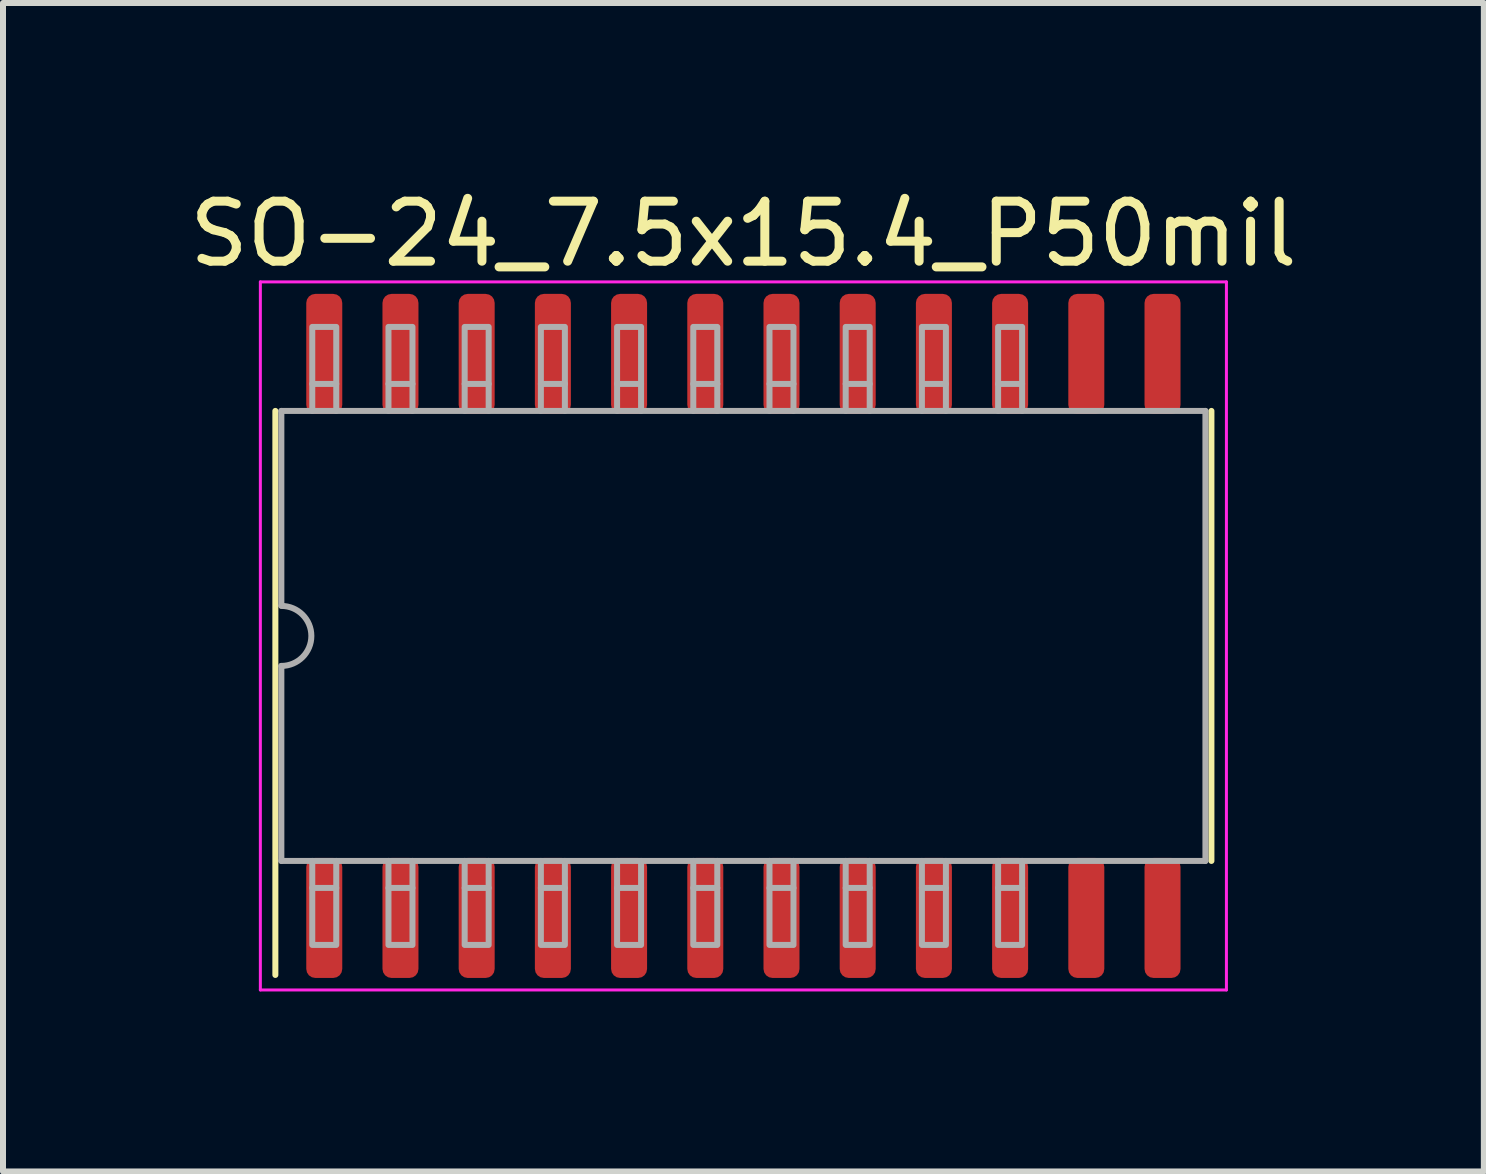
<source format=kicad_pcb>
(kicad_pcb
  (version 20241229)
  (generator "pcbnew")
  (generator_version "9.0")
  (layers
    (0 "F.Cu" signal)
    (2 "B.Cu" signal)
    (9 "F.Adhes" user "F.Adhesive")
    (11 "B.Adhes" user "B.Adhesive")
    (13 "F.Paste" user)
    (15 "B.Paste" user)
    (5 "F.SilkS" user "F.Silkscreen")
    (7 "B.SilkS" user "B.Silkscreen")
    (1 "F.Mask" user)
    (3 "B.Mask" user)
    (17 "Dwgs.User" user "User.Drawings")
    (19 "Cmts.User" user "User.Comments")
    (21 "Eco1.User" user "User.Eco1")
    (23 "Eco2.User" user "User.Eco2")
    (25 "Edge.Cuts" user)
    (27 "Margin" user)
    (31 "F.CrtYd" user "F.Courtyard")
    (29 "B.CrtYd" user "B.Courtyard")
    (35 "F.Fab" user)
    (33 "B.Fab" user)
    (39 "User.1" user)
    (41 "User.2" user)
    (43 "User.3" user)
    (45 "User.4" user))
  (footprint "SO-24_7.5x15.4_P50mil"
    (layer "F.Cu")
    (at 9.339 7.548)
    (property "Reference" "SO-24_7.5x15.4_P50mil" (at 0 -6.7 0) (layer "F.SilkS") (effects (font (size 1 1) (thickness 0.15))))
    (attr smd)
    (fp_line (start -7.8 5.65) (end -7.8 -3.75) (stroke (width 0.1) (type solid)) (layer "F.SilkS"))
    (fp_line (start 7.8 3.75) (end 7.8 -3.75) (stroke (width 0.1) (type solid)) (layer "F.SilkS"))
    (fp_line (start -8.05 -5.9) (end -8.05 5.9) (stroke (width 0.05) (type solid)) (layer "F.CrtYd"))
    (fp_line (start -8.05 5.9) (end 8.05 5.9) (stroke (width 0.05) (type solid)) (layer "F.CrtYd"))
    (fp_line (start 8.05 -5.9) (end -8.05 -5.9) (stroke (width 0.05) (type solid)) (layer "F.CrtYd"))
    (fp_line (start 8.05 5.9) (end 8.05 -5.9) (stroke (width 0.05) (type solid)) (layer "F.CrtYd"))
    (fp_line (start -7.7 -3.75) (end 7.7 -3.75) (stroke (width 0.1) (type solid)) (layer "F.Fab"))
    (fp_line (start -7.7 -0.508) (end -7.7 -3.75) (stroke (width 0.1) (type solid)) (layer "F.Fab"))
    (fp_line (start -7.7 3.75) (end -7.7 0.5) (stroke (width 0.1) (type solid)) (layer "F.Fab"))
    (fp_line (start -7.7 3.75) (end 7.7 3.75) (stroke (width 0.1) (type solid)) (layer "F.Fab"))
    (fp_line (start -7.185 -4.2) (end -7.185 -3.75) (stroke (width 0.1) (type solid)) (layer "F.Fab"))
    (fp_line (start -7.185 4.2) (end -7.185 3.75) (stroke (width 0.1) (type solid)) (layer "F.Fab"))
    (fp_line (start -6.785 -4.2) (end -6.785 -3.75) (stroke (width 0.1) (type solid)) (layer "F.Fab"))
    (fp_line (start -6.785 4.2) (end -6.785 3.75) (stroke (width 0.1) (type solid)) (layer "F.Fab"))
    (fp_line (start -5.915 -4.2) (end -5.915 -3.75) (stroke (width 0.1) (type solid)) (layer "F.Fab"))
    (fp_line (start -5.915 4.2) (end -5.915 3.75) (stroke (width 0.1) (type solid)) (layer "F.Fab"))
    (fp_line (start -5.515 -4.2) (end -5.515 -3.75) (stroke (width 0.1) (type solid)) (layer "F.Fab"))
    (fp_line (start -5.515 4.2) (end -5.515 3.75) (stroke (width 0.1) (type solid)) (layer "F.Fab"))
    (fp_line (start -4.645 -4.2) (end -4.645 -3.75) (stroke (width 0.1) (type solid)) (layer "F.Fab"))
    (fp_line (start -4.645 4.2) (end -4.645 3.75) (stroke (width 0.1) (type solid)) (layer "F.Fab"))
    (fp_line (start -4.245 -4.2) (end -4.245 -3.75) (stroke (width 0.1) (type solid)) (layer "F.Fab"))
    (fp_line (start -4.245 4.2) (end -4.245 3.75) (stroke (width 0.1) (type solid)) (layer "F.Fab"))
    (fp_line (start -3.375 -4.2) (end -3.375 -3.75) (stroke (width 0.1) (type solid)) (layer "F.Fab"))
    (fp_line (start -3.375 4.2) (end -3.375 3.75) (stroke (width 0.1) (type solid)) (layer "F.Fab"))
    (fp_line (start -2.975 -4.2) (end -2.975 -3.75) (stroke (width 0.1) (type solid)) (layer "F.Fab"))
    (fp_line (start -2.975 4.2) (end -2.975 3.75) (stroke (width 0.1) (type solid)) (layer "F.Fab"))
    (fp_line (start -2.105 -4.2) (end -2.105 -3.75) (stroke (width 0.1) (type solid)) (layer "F.Fab"))
    (fp_line (start -2.105 4.2) (end -2.105 3.75) (stroke (width 0.1) (type solid)) (layer "F.Fab"))
    (fp_line (start -1.705 -4.2) (end -1.705 -3.75) (stroke (width 0.1) (type solid)) (layer "F.Fab"))
    (fp_line (start -1.705 4.2) (end -1.705 3.75) (stroke (width 0.1) (type solid)) (layer "F.Fab"))
    (fp_line (start -0.835 -4.2) (end -0.835 -3.75) (stroke (width 0.1) (type solid)) (layer "F.Fab"))
    (fp_line (start -0.835 4.2) (end -0.835 3.75) (stroke (width 0.1) (type solid)) (layer "F.Fab"))
    (fp_line (start -0.435 -4.2) (end -0.435 -3.75) (stroke (width 0.1) (type solid)) (layer "F.Fab"))
    (fp_line (start -0.435 4.2) (end -0.435 3.75) (stroke (width 0.1) (type solid)) (layer "F.Fab"))
    (fp_line (start 0.435 -4.2) (end 0.435 -3.75) (stroke (width 0.1) (type solid)) (layer "F.Fab"))
    (fp_line (start 0.435 4.2) (end 0.435 3.75) (stroke (width 0.1) (type solid)) (layer "F.Fab"))
    (fp_line (start 0.835 -4.2) (end 0.835 -3.75) (stroke (width 0.1) (type solid)) (layer "F.Fab"))
    (fp_line (start 0.835 4.2) (end 0.835 3.75) (stroke (width 0.1) (type solid)) (layer "F.Fab"))
    (fp_line (start 1.705 -4.2) (end 1.705 -3.75) (stroke (width 0.1) (type solid)) (layer "F.Fab"))
    (fp_line (start 1.705 4.2) (end 1.705 3.75) (stroke (width 0.1) (type solid)) (layer "F.Fab"))
    (fp_line (start 2.105 -4.2) (end 2.105 -3.75) (stroke (width 0.1) (type solid)) (layer "F.Fab"))
    (fp_line (start 2.105 4.2) (end 2.105 3.75) (stroke (width 0.1) (type solid)) (layer "F.Fab"))
    (fp_line (start 2.975 -4.2) (end 2.975 -3.75) (stroke (width 0.1) (type solid)) (layer "F.Fab"))
    (fp_line (start 2.975 4.2) (end 2.975 3.75) (stroke (width 0.1) (type solid)) (layer "F.Fab"))
    (fp_line (start 3.375 -4.2) (end 3.375 -3.75) (stroke (width 0.1) (type solid)) (layer "F.Fab"))
    (fp_line (start 3.375 4.2) (end 3.375 3.75) (stroke (width 0.1) (type solid)) (layer "F.Fab"))
    (fp_line (start 4.245 -4.2) (end 4.245 -3.75) (stroke (width 0.1) (type solid)) (layer "F.Fab"))
    (fp_line (start 4.245 4.2) (end 4.245 3.75) (stroke (width 0.1) (type solid)) (layer "F.Fab"))
    (fp_line (start 4.645 -4.2) (end 4.645 -3.75) (stroke (width 0.1) (type solid)) (layer "F.Fab"))
    (fp_line (start 4.645 4.2) (end 4.645 3.75) (stroke (width 0.1) (type solid)) (layer "F.Fab"))
    (fp_line (start 7.7 3.75) (end 7.7 -3.75) (stroke (width 0.1) (type solid)) (layer "F.Fab"))
    (fp_arc (start -7.7 -0.5) (mid -7.2 0) (end -7.7 0.5) (stroke (width 0.1) (type solid)) (layer "F.Fab"))
    (fp_poly (pts (xy -7.185 -4.2) (xy -7.185 -5.15) (xy -6.785 -5.15) (xy -6.785 -4.2)) (stroke (width 0.1) (type solid)) (fill no) (layer "F.Fab"))
    (fp_poly (pts (xy -6.785 4.2) (xy -6.785 5.15) (xy -7.185 5.15) (xy -7.185 4.2)) (stroke (width 0.1) (type solid)) (fill no) (layer "F.Fab"))
    (fp_poly (pts (xy -5.915 -4.2) (xy -5.915 -5.15) (xy -5.515 -5.15) (xy -5.515 -4.2)) (stroke (width 0.1) (type solid)) (fill no) (layer "F.Fab"))
    (fp_poly (pts (xy -5.515 4.2) (xy -5.515 5.15) (xy -5.915 5.15) (xy -5.915 4.2)) (stroke (width 0.1) (type solid)) (fill no) (layer "F.Fab"))
    (fp_poly (pts (xy -4.645 -4.2) (xy -4.645 -5.15) (xy -4.245 -5.15) (xy -4.245 -4.2)) (stroke (width 0.1) (type solid)) (fill no) (layer "F.Fab"))
    (fp_poly (pts (xy -4.245 4.2) (xy -4.245 5.15) (xy -4.645 5.15) (xy -4.645 4.2)) (stroke (width 0.1) (type solid)) (fill no) (layer "F.Fab"))
    (fp_poly (pts (xy -3.375 -4.2) (xy -3.375 -5.15) (xy -2.975 -5.15) (xy -2.975 -4.2)) (stroke (width 0.1) (type solid)) (fill no) (layer "F.Fab"))
    (fp_poly (pts (xy -2.975 4.2) (xy -2.975 5.15) (xy -3.375 5.15) (xy -3.375 4.2)) (stroke (width 0.1) (type solid)) (fill no) (layer "F.Fab"))
    (fp_poly (pts (xy -2.105 -4.2) (xy -2.105 -5.15) (xy -1.705 -5.15) (xy -1.705 -4.2)) (stroke (width 0.1) (type solid)) (fill no) (layer "F.Fab"))
    (fp_poly (pts (xy -1.705 4.2) (xy -1.705 5.15) (xy -2.105 5.15) (xy -2.105 4.2)) (stroke (width 0.1) (type solid)) (fill no) (layer "F.Fab"))
    (fp_poly (pts (xy -0.835 -4.2) (xy -0.835 -5.15) (xy -0.435 -5.15) (xy -0.435 -4.2)) (stroke (width 0.1) (type solid)) (fill no) (layer "F.Fab"))
    (fp_poly (pts (xy -0.435 4.2) (xy -0.435 5.15) (xy -0.835 5.15) (xy -0.835 4.2)) (stroke (width 0.1) (type solid)) (fill no) (layer "F.Fab"))
    (fp_poly (pts (xy 0.435 -4.2) (xy 0.435 -5.15) (xy 0.835 -5.15) (xy 0.835 -4.2)) (stroke (width 0.1) (type solid)) (fill no) (layer "F.Fab"))
    (fp_poly (pts (xy 0.835 4.2) (xy 0.835 5.15) (xy 0.435 5.15) (xy 0.435 4.2)) (stroke (width 0.1) (type solid)) (fill no) (layer "F.Fab"))
    (fp_poly (pts (xy 1.705 -4.2) (xy 1.705 -5.15) (xy 2.105 -5.15) (xy 2.105 -4.2)) (stroke (width 0.1) (type solid)) (fill no) (layer "F.Fab"))
    (fp_poly (pts (xy 2.105 4.2) (xy 2.105 5.15) (xy 1.705 5.15) (xy 1.705 4.2)) (stroke (width 0.1) (type solid)) (fill no) (layer "F.Fab"))
    (fp_poly (pts (xy 2.975 -4.2) (xy 2.975 -5.15) (xy 3.375 -5.15) (xy 3.375 -4.2)) (stroke (width 0.1) (type solid)) (fill no) (layer "F.Fab"))
    (fp_poly (pts (xy 3.375 4.2) (xy 3.375 5.15) (xy 2.975 5.15) (xy 2.975 4.2)) (stroke (width 0.1) (type solid)) (fill no) (layer "F.Fab"))
    (fp_poly (pts (xy 4.245 -4.2) (xy 4.245 -5.15) (xy 4.645 -5.15) (xy 4.645 -4.2)) (stroke (width 0.1) (type solid)) (fill no) (layer "F.Fab"))
    (fp_poly (pts (xy 4.645 4.2) (xy 4.645 5.15) (xy 4.245 5.15) (xy 4.245 4.2)) (stroke (width 0.1) (type solid)) (fill no) (layer "F.Fab"))
    (pad "1" smd roundrect (at -6.985 4.7 90) (size 2 0.6) (layers "F.Cu" "F.Mask" "F.Paste") (roundrect_rratio 0.25))
    (pad "2" smd roundrect (at -5.715 4.7 90) (size 2 0.6) (layers "F.Cu" "F.Mask" "F.Paste") (roundrect_rratio 0.25))
    (pad "3" smd roundrect (at -4.445 4.7 90) (size 2 0.6) (layers "F.Cu" "F.Mask" "F.Paste") (roundrect_rratio 0.25))
    (pad "4" smd roundrect (at -3.175 4.7 90) (size 2 0.6) (layers "F.Cu" "F.Mask" "F.Paste") (roundrect_rratio 0.25))
    (pad "5" smd roundrect (at -1.905 4.7 90) (size 2 0.6) (layers "F.Cu" "F.Mask" "F.Paste") (roundrect_rratio 0.25))
    (pad "6" smd roundrect (at -0.635 4.7 90) (size 2 0.6) (layers "F.Cu" "F.Mask" "F.Paste") (roundrect_rratio 0.25))
    (pad "7" smd roundrect (at 0.635 4.7 90) (size 2 0.6) (layers "F.Cu" "F.Mask" "F.Paste") (roundrect_rratio 0.25))
    (pad "8" smd roundrect (at 1.905 4.7 90) (size 2 0.6) (layers "F.Cu" "F.Mask" "F.Paste") (roundrect_rratio 0.25))
    (pad "9" smd roundrect (at 3.175 4.7 90) (size 2 0.6) (layers "F.Cu" "F.Mask" "F.Paste") (roundrect_rratio 0.25))
    (pad "10" smd roundrect (at 4.445 4.7 90) (size 2 0.6) (layers "F.Cu" "F.Mask" "F.Paste") (roundrect_rratio 0.25))
    (pad "11" smd roundrect (at 5.715 4.7 90) (size 2 0.6) (layers "F.Cu" "F.Mask" "F.Paste") (roundrect_rratio 0.25))
    (pad "12" smd roundrect (at 6.985 4.7 90) (size 2 0.6) (layers "F.Cu" "F.Mask" "F.Paste") (roundrect_rratio 0.25))
    (pad "13" smd roundrect (at 6.985 -4.7 90) (size 2 0.6) (layers "F.Cu" "F.Mask" "F.Paste") (roundrect_rratio 0.25))
    (pad "14" smd roundrect (at 5.715 -4.7 90) (size 2 0.6) (layers "F.Cu" "F.Mask" "F.Paste") (roundrect_rratio 0.25))
    (pad "15" smd roundrect (at 4.445 -4.7 90) (size 2 0.6) (layers "F.Cu" "F.Mask" "F.Paste") (roundrect_rratio 0.25))
    (pad "16" smd roundrect (at 3.175 -4.7 90) (size 2 0.6) (layers "F.Cu" "F.Mask" "F.Paste") (roundrect_rratio 0.25))
    (pad "17" smd roundrect (at 1.905 -4.7 90) (size 2 0.6) (layers "F.Cu" "F.Mask" "F.Paste") (roundrect_rratio 0.25))
    (pad "18" smd roundrect (at 0.635 -4.7 90) (size 2 0.6) (layers "F.Cu" "F.Mask" "F.Paste") (roundrect_rratio 0.25))
    (pad "19" smd roundrect (at -0.635 -4.7 90) (size 2 0.6) (layers "F.Cu" "F.Mask" "F.Paste") (roundrect_rratio 0.25))
    (pad "20" smd roundrect (at -1.905 -4.7 90) (size 2 0.6) (layers "F.Cu" "F.Mask" "F.Paste") (roundrect_rratio 0.25))
    (pad "21" smd roundrect (at -3.175 -4.7 90) (size 2 0.6) (layers "F.Cu" "F.Mask" "F.Paste") (roundrect_rratio 0.25))
    (pad "22" smd roundrect (at -4.445 -4.7 90) (size 2 0.6) (layers "F.Cu" "F.Mask" "F.Paste") (roundrect_rratio 0.25))
    (pad "23" smd roundrect (at -5.715 -4.7 90) (size 2 0.6) (layers "F.Cu" "F.Mask" "F.Paste") (roundrect_rratio 0.25))
    (pad "24" smd roundrect (at -6.985 -4.7 90) (size 2 0.6) (layers "F.Cu" "F.Mask" "F.Paste") (roundrect_rratio 0.25)))
  (gr_rect
    (start -3 -3)
    (end 21.679 16.473)
    (stroke (width 0.1) (type default))
    (fill no)
    (layer "Edge.Cuts")))
</source>
